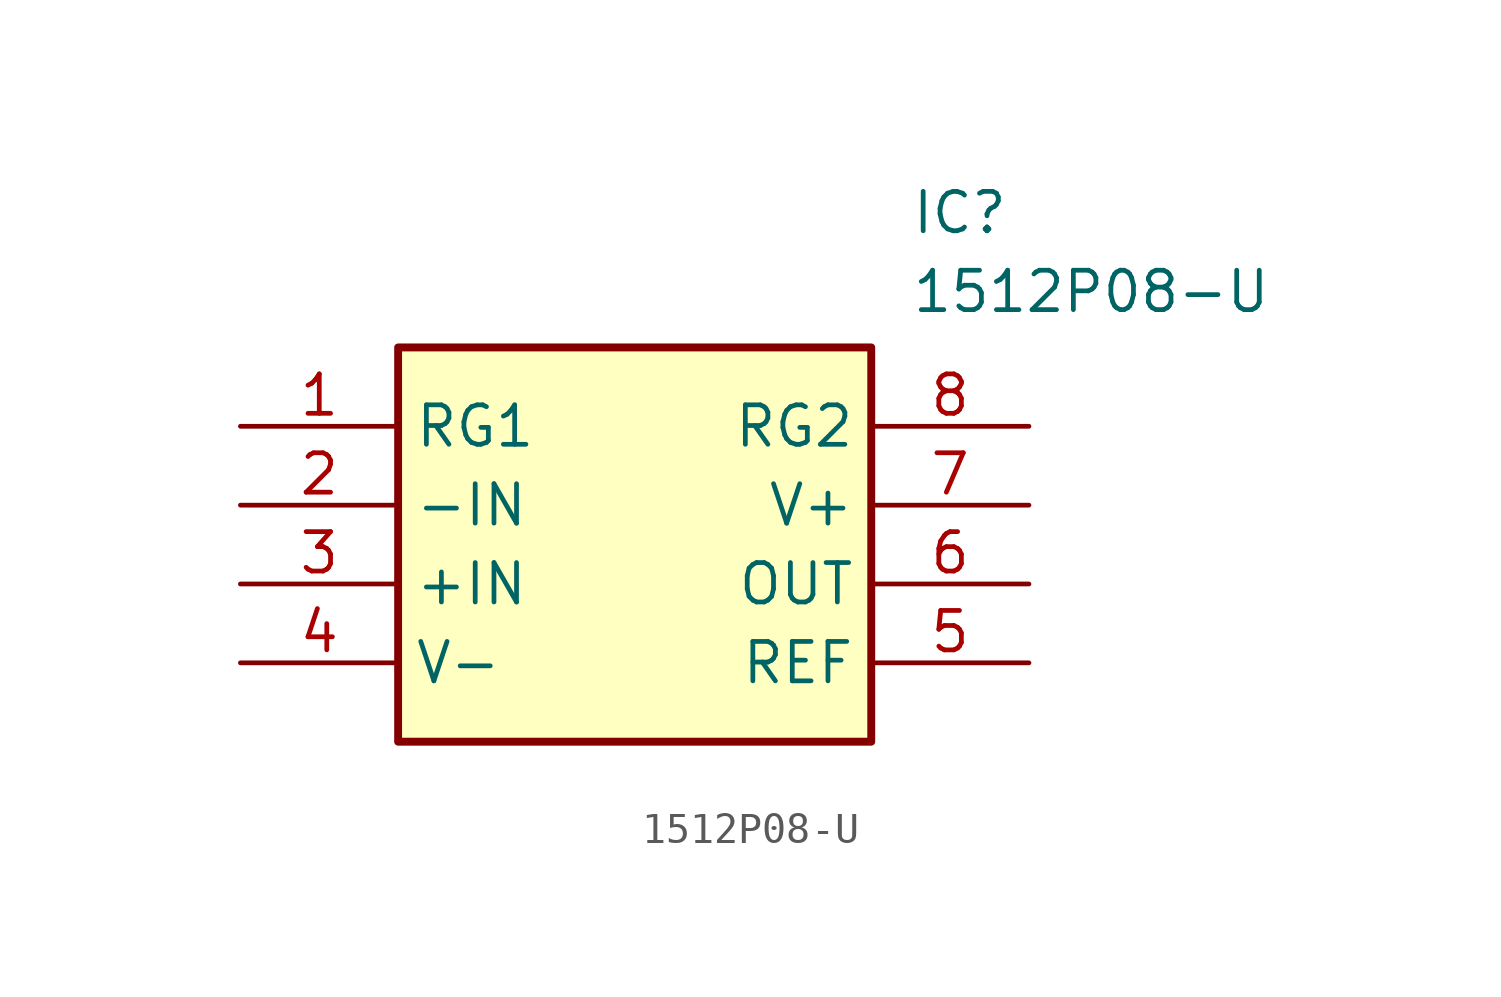
<source format=kicad_sym>
(kicad_symbol_lib
  (version 20211014)
  (generator SamacSys_ECAD_Model)
  (symbol "1512P08-U"
    (property "Reference" "IC"
      (at 21.59 7.62 0)
      (effects (font (size 1.27 1.27)) (justify left top)))
    (property "Value" "1512P08-U"
      (at 21.59 5.08 0)
      (effects (font (size 1.27 1.27)) (justify left top)))
    (rectangle
      (start 5.08 2.54)
      (end 20.32 -10.16)
      (stroke (width 0.254) (type default))
      (fill (type background)))
    (pin passive line
      (at 0 0 0)
      (length 5.08)
      (name "RG1" (effects (font (size 1.27 1.27))))
      (number "1" (effects (font (size 1.27 1.27)))))
    (pin passive line
      (at 0 -2.54 0)
      (length 5.08)
      (name "-IN" (effects (font (size 1.27 1.27))))
      (number "2" (effects (font (size 1.27 1.27)))))
    (pin passive line
      (at 0 -5.08 0)
      (length 5.08)
      (name "+IN" (effects (font (size 1.27 1.27))))
      (number "3" (effects (font (size 1.27 1.27)))))
    (pin passive line
      (at 0 -7.62 0)
      (length 5.08)
      (name "V-" (effects (font (size 1.27 1.27))))
      (number "4" (effects (font (size 1.27 1.27)))))
    (pin passive line
      (at 25.4 0 180)
      (length 5.08)
      (name "RG2" (effects (font (size 1.27 1.27))))
      (number "8" (effects (font (size 1.27 1.27)))))
    (pin passive line
      (at 25.4 -2.54 180)
      (length 5.08)
      (name "V+" (effects (font (size 1.27 1.27))))
      (number "7" (effects (font (size 1.27 1.27)))))
    (pin passive line
      (at 25.4 -5.08 180)
      (length 5.08)
      (name "OUT" (effects (font (size 1.27 1.27))))
      (number "6" (effects (font (size 1.27 1.27)))))
    (pin passive line
      (at 25.4 -7.62 180)
      (length 5.08)
      (name "REF" (effects (font (size 1.27 1.27))))
      (number "5" (effects (font (size 1.27 1.27)))))))
</source>
